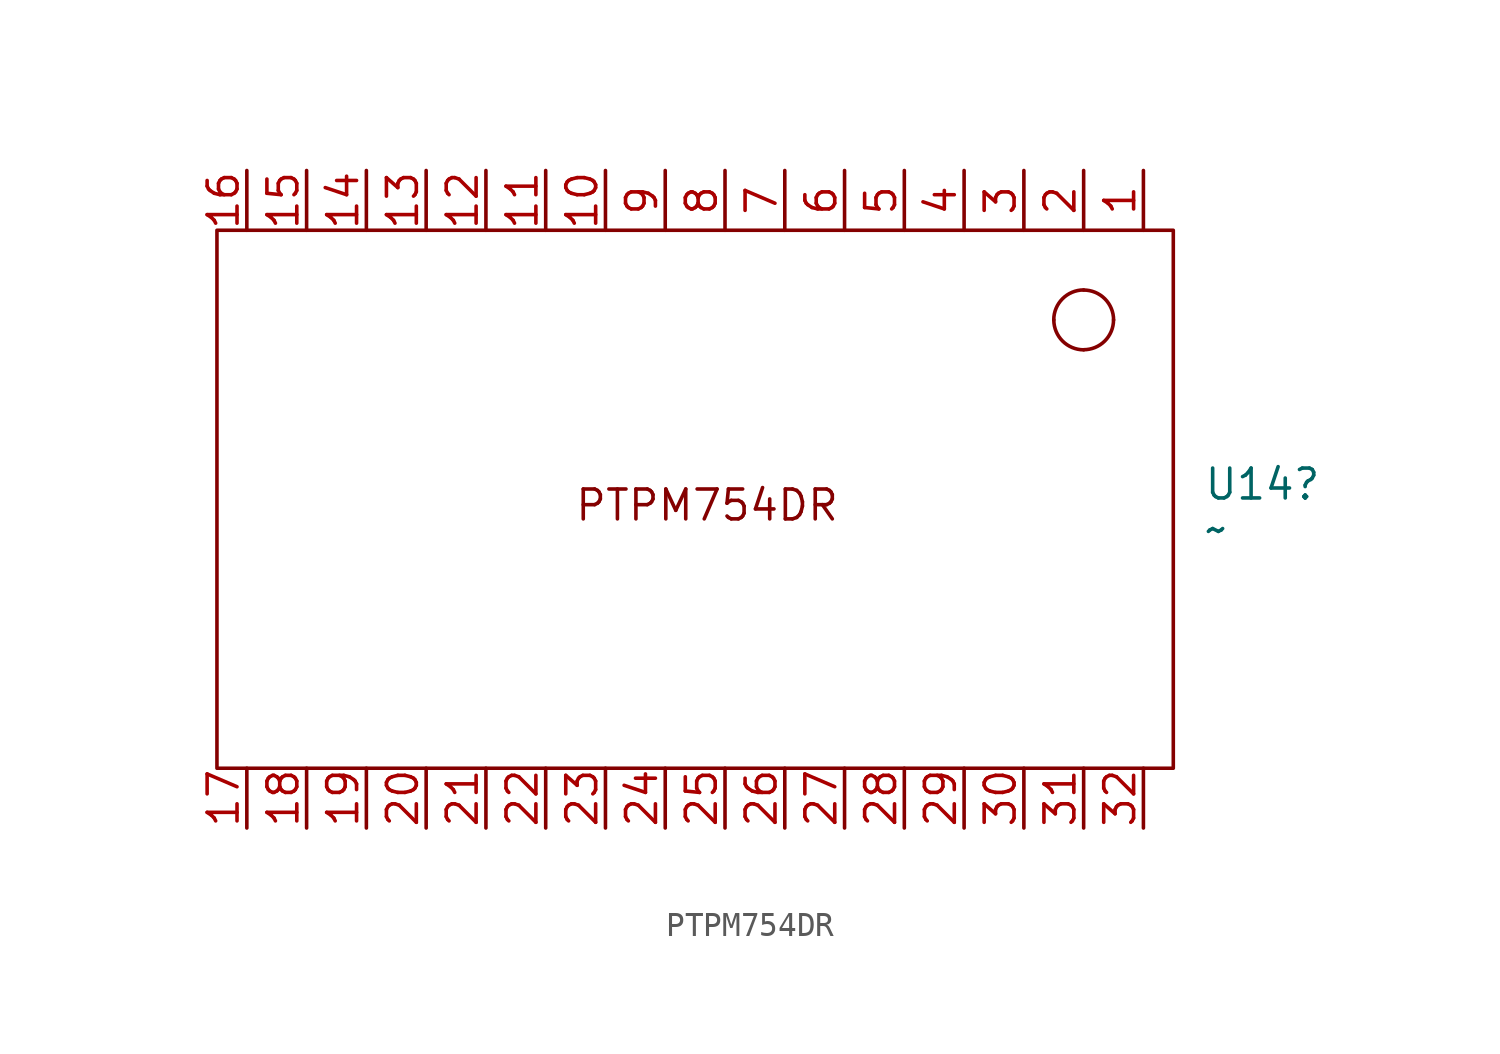
<source format=kicad_sym>
(kicad_symbol_lib
  (version 20241209)
  (generator "kicad_symbol_editor")
  (generator_version "9.0")
  (symbol "PTPM754DR"
    (property "Reference" "U14"
      (at 21.59 0.635 0)
      (effects (font (size 1.27 1.27)) (justify left)))
    (property "Value" "~"
      (at 21.59 -1.27 0)
      (effects (font (size 1.27 1.27)) (justify left)))
    (symbol "PTPM754DR_0_1"
      (rectangle (start -20.32 11.43) (end 20.32 -11.43) (stroke (width 0) (type default)) (fill (type none)))
      (arc (start 15.24 7.62) (mid 15.612 8.518) (end 16.51 8.89) (stroke (width 0) (type default)) (fill (type none)))
      (arc (start 16.51 8.89) (mid 17.408 8.518) (end 17.78 7.62) (stroke (width 0) (type default)) (fill (type none)))
      (arc (start 16.51 6.35) (mid 15.612 6.722) (end 15.24 7.62) (stroke (width 0) (type default)) (fill (type none)))
      (arc (start 17.78 7.62) (mid 17.408 6.722) (end 16.51 6.35) (stroke (width 0) (type default)) (fill (type none))))
    (symbol "PTPM754DR_1_1"
      (text "PTPM754DR" (at 0.508 -0.254 0) (effects (font (size 1.27 1.27))))
      (pin bidirectional line (at -19.05 13.97 270) (length 2.54) (name "" (effects (font (size 1.27 1.27)))) (number "16" (effects (font (size 1.27 1.27)))))
      (pin bidirectional line (at -19.05 -13.97 90) (length 2.54) (name "" (effects (font (size 1.27 1.27)))) (number "17" (effects (font (size 1.27 1.27)))))
      (pin bidirectional line (at -16.51 13.97 270) (length 2.54) (name "" (effects (font (size 1.27 1.27)))) (number "15" (effects (font (size 1.27 1.27)))))
      (pin bidirectional line (at -16.51 -13.97 90) (length 2.54) (name "" (effects (font (size 1.27 1.27)))) (number "18" (effects (font (size 1.27 1.27)))))
      (pin bidirectional line (at -13.97 13.97 270) (length 2.54) (name "" (effects (font (size 1.27 1.27)))) (number "14" (effects (font (size 1.27 1.27)))))
      (pin bidirectional line (at -13.97 -13.97 90) (length 2.54) (name "" (effects (font (size 1.27 1.27)))) (number "19" (effects (font (size 1.27 1.27)))))
      (pin bidirectional line (at -11.43 13.97 270) (length 2.54) (name "" (effects (font (size 1.27 1.27)))) (number "13" (effects (font (size 1.27 1.27)))))
      (pin bidirectional line (at -11.43 -13.97 90) (length 2.54) (name "" (effects (font (size 1.27 1.27)))) (number "20" (effects (font (size 1.27 1.27)))))
      (pin bidirectional line (at -8.89 13.97 270) (length 2.54) (name "" (effects (font (size 1.27 1.27)))) (number "12" (effects (font (size 1.27 1.27)))))
      (pin bidirectional line (at -8.89 -13.97 90) (length 2.54) (name "" (effects (font (size 1.27 1.27)))) (number "21" (effects (font (size 1.27 1.27)))))
      (pin bidirectional line (at -6.35 13.97 270) (length 2.54) (name "" (effects (font (size 1.27 1.27)))) (number "11" (effects (font (size 1.27 1.27)))))
      (pin bidirectional line (at -6.35 -13.97 90) (length 2.54) (name "" (effects (font (size 1.27 1.27)))) (number "22" (effects (font (size 1.27 1.27)))))
      (pin bidirectional line (at -3.81 13.97 270) (length 2.54) (name "" (effects (font (size 1.27 1.27)))) (number "10" (effects (font (size 1.27 1.27)))))
      (pin bidirectional line (at -3.81 -13.97 90) (length 2.54) (name "" (effects (font (size 1.27 1.27)))) (number "23" (effects (font (size 1.27 1.27)))))
      (pin bidirectional line (at -1.27 13.97 270) (length 2.54) (name "" (effects (font (size 1.27 1.27)))) (number "9" (effects (font (size 1.27 1.27)))))
      (pin bidirectional line (at -1.27 -13.97 90) (length 2.54) (name "" (effects (font (size 1.27 1.27)))) (number "24" (effects (font (size 1.27 1.27)))))
      (pin bidirectional line (at 1.27 13.97 270) (length 2.54) (name "" (effects (font (size 1.27 1.27)))) (number "8" (effects (font (size 1.27 1.27)))))
      (pin bidirectional line (at 1.27 -13.97 90) (length 2.54) (name "" (effects (font (size 1.27 1.27)))) (number "25" (effects (font (size 1.27 1.27)))))
      (pin bidirectional line (at 3.81 13.97 270) (length 2.54) (name "" (effects (font (size 1.27 1.27)))) (number "7" (effects (font (size 1.27 1.27)))))
      (pin bidirectional line (at 3.81 -13.97 90) (length 2.54) (name "" (effects (font (size 1.27 1.27)))) (number "26" (effects (font (size 1.27 1.27)))))
      (pin bidirectional line (at 6.35 13.97 270) (length 2.54) (name "" (effects (font (size 1.27 1.27)))) (number "6" (effects (font (size 1.27 1.27)))))
      (pin bidirectional line (at 6.35 -13.97 90) (length 2.54) (name "" (effects (font (size 1.27 1.27)))) (number "27" (effects (font (size 1.27 1.27)))))
      (pin bidirectional line (at 8.89 13.97 270) (length 2.54) (name "" (effects (font (size 1.27 1.27)))) (number "5" (effects (font (size 1.27 1.27)))))
      (pin bidirectional line (at 8.89 -13.97 90) (length 2.54) (name "" (effects (font (size 1.27 1.27)))) (number "28" (effects (font (size 1.27 1.27)))))
      (pin bidirectional line (at 11.43 13.97 270) (length 2.54) (name "" (effects (font (size 1.27 1.27)))) (number "4" (effects (font (size 1.27 1.27)))))
      (pin bidirectional line (at 11.43 -13.97 90) (length 2.54) (name "" (effects (font (size 1.27 1.27)))) (number "29" (effects (font (size 1.27 1.27)))))
      (pin bidirectional line (at 13.97 13.97 270) (length 2.54) (name "" (effects (font (size 1.27 1.27)))) (number "3" (effects (font (size 1.27 1.27)))))
      (pin bidirectional line (at 13.97 -13.97 90) (length 2.54) (name "" (effects (font (size 1.27 1.27)))) (number "30" (effects (font (size 1.27 1.27)))))
      (pin bidirectional line (at 16.51 13.97 270) (length 2.54) (name "" (effects (font (size 1.27 1.27)))) (number "2" (effects (font (size 1.27 1.27)))))
      (pin bidirectional line (at 16.51 -13.97 90) (length 2.54) (name "" (effects (font (size 1.27 1.27)))) (number "31" (effects (font (size 1.27 1.27)))))
      (pin bidirectional line (at 19.05 13.97 270) (length 2.54) (name "" (effects (font (size 1.27 1.27)))) (number "1" (effects (font (size 1.27 1.27)))))
      (pin bidirectional line (at 19.05 -13.97 90) (length 2.54) (name "" (effects (font (size 1.27 1.27)))) (number "32" (effects (font (size 1.27 1.27))))))))
</source>
